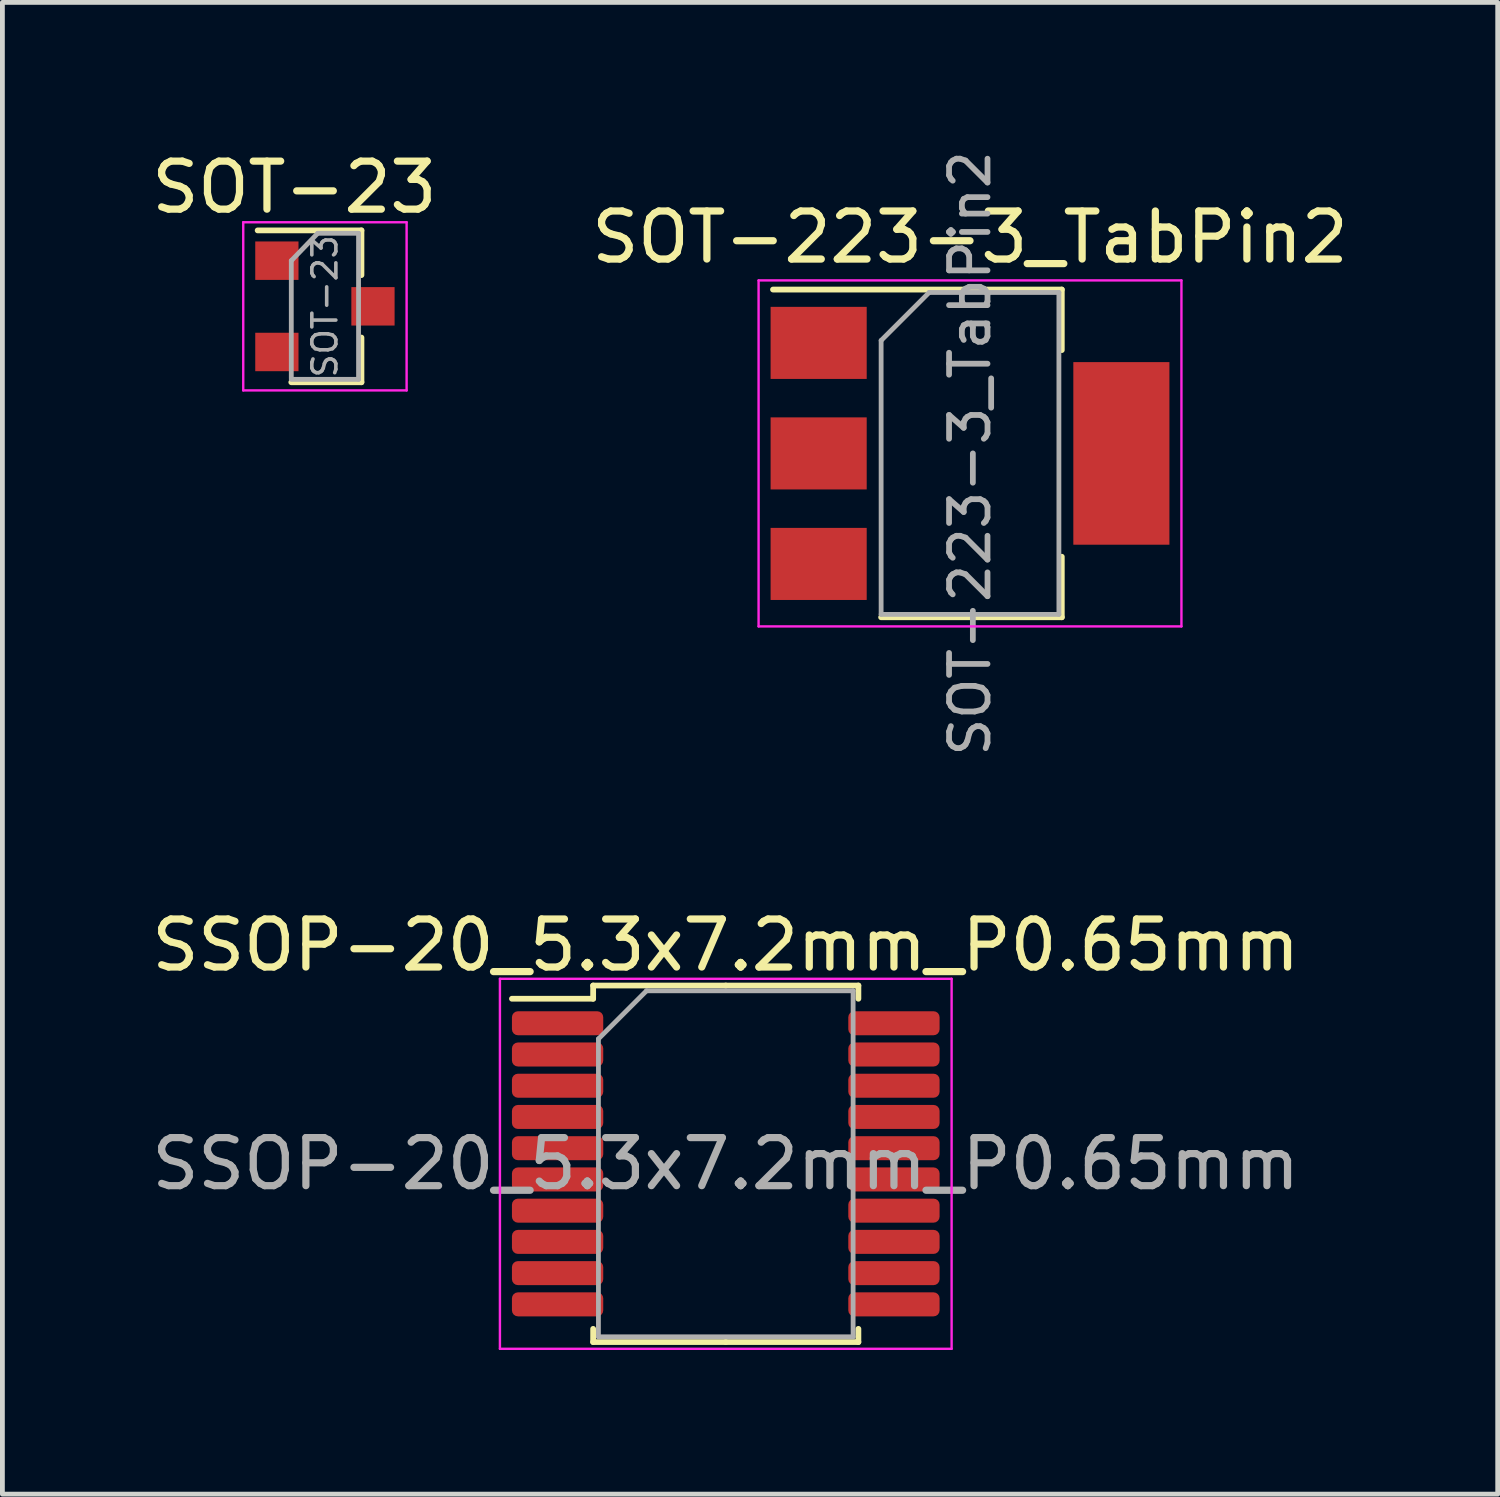
<source format=kicad_pcb>
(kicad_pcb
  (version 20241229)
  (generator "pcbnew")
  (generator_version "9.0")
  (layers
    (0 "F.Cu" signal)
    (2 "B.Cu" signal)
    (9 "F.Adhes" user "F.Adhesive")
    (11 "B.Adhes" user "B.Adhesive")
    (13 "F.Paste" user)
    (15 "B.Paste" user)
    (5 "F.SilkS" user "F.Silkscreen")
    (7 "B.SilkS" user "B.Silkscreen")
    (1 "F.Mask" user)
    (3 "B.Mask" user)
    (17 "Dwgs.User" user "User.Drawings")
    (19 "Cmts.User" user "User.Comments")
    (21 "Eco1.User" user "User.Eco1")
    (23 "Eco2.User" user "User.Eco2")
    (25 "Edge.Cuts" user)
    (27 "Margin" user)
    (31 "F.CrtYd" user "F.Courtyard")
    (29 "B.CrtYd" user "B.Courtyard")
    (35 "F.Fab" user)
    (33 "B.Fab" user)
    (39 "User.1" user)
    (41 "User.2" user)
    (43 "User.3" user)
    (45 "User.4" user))
  (footprint "SOT-223-3_TabPin2"
    (layer "F.Cu")
    (at 17.137 6.386)
    (property "Reference" "SOT-223-3_TabPin2" (at 0 -4.5 180) (layer "F.SilkS") (effects (font (size 1 1) (thickness 0.15))))
    (attr smd)
    (fp_line (start -4.1 -3.41) (end 1.91 -3.41) (stroke (width 0.12) (type solid)) (layer "F.SilkS"))
    (fp_line (start -1.85 3.41) (end 1.91 3.41) (stroke (width 0.12) (type solid)) (layer "F.SilkS"))
    (fp_line (start 1.91 -3.41) (end 1.91 -2.15) (stroke (width 0.12) (type solid)) (layer "F.SilkS"))
    (fp_line (start 1.91 3.41) (end 1.91 2.15) (stroke (width 0.12) (type solid)) (layer "F.SilkS"))
    (fp_line (start -4.4 -3.6) (end -4.4 3.6) (stroke (width 0.05) (type solid)) (layer "F.CrtYd"))
    (fp_line (start -4.4 3.6) (end 4.4 3.6) (stroke (width 0.05) (type solid)) (layer "F.CrtYd"))
    (fp_line (start 4.4 -3.6) (end -4.4 -3.6) (stroke (width 0.05) (type solid)) (layer "F.CrtYd"))
    (fp_line (start 4.4 3.6) (end 4.4 -3.6) (stroke (width 0.05) (type solid)) (layer "F.CrtYd"))
    (fp_line (start -1.85 -2.35) (end -1.85 3.35) (stroke (width 0.1) (type solid)) (layer "F.Fab"))
    (fp_line (start -1.85 -2.35) (end -0.85 -3.35) (stroke (width 0.1) (type solid)) (layer "F.Fab"))
    (fp_line (start -1.85 3.35) (end 1.85 3.35) (stroke (width 0.1) (type solid)) (layer "F.Fab"))
    (fp_line (start -0.85 -3.35) (end 1.85 -3.35) (stroke (width 0.1) (type solid)) (layer "F.Fab"))
    (fp_line (start 1.85 -3.35) (end 1.85 3.35) (stroke (width 0.1) (type solid)) (layer "F.Fab"))
    (fp_text user "${REFERENCE}" (at 0 0 270) (layer "F.Fab") (effects (font (size 0.8 0.8) (thickness 0.12))))
    (pad "1" smd rect (at -3.15 -2.3) (size 2 1.5) (layers "F.Cu" "F.Mask" "F.Paste"))
    (pad "2" smd rect (at -3.15 0) (size 2 1.5) (layers "F.Cu" "F.Mask" "F.Paste"))
    (pad "2" smd rect (at 3.15 0) (size 2 3.8) (layers "F.Cu" "F.Mask" "F.Paste"))
    (pad "3" smd rect (at -3.15 2.3) (size 2 1.5) (layers "F.Cu" "F.Mask" "F.Paste")))
  (footprint "SSOP-20_5.3x7.2mm_P0.65mm"
    (layer "F.Cu")
    (at 12.054 21.17)
    (property "Reference" "SSOP-20_5.3x7.2mm_P0.65mm" (at 0 -4.55 0) (layer "F.SilkS") (effects (font (size 1 1) (thickness 0.15))))
    (attr smd)
    (fp_line (start -2.76 -3.71) (end -2.76 -3.435) (stroke (width 0.12) (type solid)) (layer "F.SilkS"))
    (fp_line (start -2.76 -3.435) (end -4.45 -3.435) (stroke (width 0.12) (type solid)) (layer "F.SilkS"))
    (fp_line (start -2.76 3.71) (end -2.76 3.435) (stroke (width 0.12) (type solid)) (layer "F.SilkS"))
    (fp_line (start 0 -3.71) (end -2.76 -3.71) (stroke (width 0.12) (type solid)) (layer "F.SilkS"))
    (fp_line (start 0 -3.71) (end 2.76 -3.71) (stroke (width 0.12) (type solid)) (layer "F.SilkS"))
    (fp_line (start 0 3.71) (end -2.76 3.71) (stroke (width 0.12) (type solid)) (layer "F.SilkS"))
    (fp_line (start 0 3.71) (end 2.76 3.71) (stroke (width 0.12) (type solid)) (layer "F.SilkS"))
    (fp_line (start 2.76 -3.71) (end 2.76 -3.435) (stroke (width 0.12) (type solid)) (layer "F.SilkS"))
    (fp_line (start 2.76 3.71) (end 2.76 3.435) (stroke (width 0.12) (type solid)) (layer "F.SilkS"))
    (fp_line (start -4.7 -3.85) (end -4.7 3.85) (stroke (width 0.05) (type solid)) (layer "F.CrtYd"))
    (fp_line (start -4.7 3.85) (end 4.7 3.85) (stroke (width 0.05) (type solid)) (layer "F.CrtYd"))
    (fp_line (start 4.7 -3.85) (end -4.7 -3.85) (stroke (width 0.05) (type solid)) (layer "F.CrtYd"))
    (fp_line (start 4.7 3.85) (end 4.7 -3.85) (stroke (width 0.05) (type solid)) (layer "F.CrtYd"))
    (fp_line (start -2.65 -2.6) (end -1.65 -3.6) (stroke (width 0.1) (type solid)) (layer "F.Fab"))
    (fp_line (start -2.65 3.6) (end -2.65 -2.6) (stroke (width 0.1) (type solid)) (layer "F.Fab"))
    (fp_line (start -1.65 -3.6) (end 2.65 -3.6) (stroke (width 0.1) (type solid)) (layer "F.Fab"))
    (fp_line (start 2.65 -3.6) (end 2.65 3.6) (stroke (width 0.1) (type solid)) (layer "F.Fab"))
    (fp_line (start 2.65 3.6) (end -2.65 3.6) (stroke (width 0.1) (type solid)) (layer "F.Fab"))
    (fp_text user "${REFERENCE}" (at 0 0 0) (layer "F.Fab") (effects (font (size 1 1) (thickness 0.15))))
    (pad "1" smd roundrect (at -3.5 -2.925) (size 1.9 0.5) (layers "F.Cu" "F.Mask" "F.Paste") (roundrect_rratio 0.25))
    (pad "2" smd roundrect (at -3.5 -2.275) (size 1.9 0.5) (layers "F.Cu" "F.Mask" "F.Paste") (roundrect_rratio 0.25))
    (pad "3" smd roundrect (at -3.5 -1.625) (size 1.9 0.5) (layers "F.Cu" "F.Mask" "F.Paste") (roundrect_rratio 0.25))
    (pad "4" smd roundrect (at -3.5 -0.975) (size 1.9 0.5) (layers "F.Cu" "F.Mask" "F.Paste") (roundrect_rratio 0.25))
    (pad "5" smd roundrect (at -3.5 -0.325) (size 1.9 0.5) (layers "F.Cu" "F.Mask" "F.Paste") (roundrect_rratio 0.25))
    (pad "6" smd roundrect (at -3.5 0.325) (size 1.9 0.5) (layers "F.Cu" "F.Mask" "F.Paste") (roundrect_rratio 0.25))
    (pad "7" smd roundrect (at -3.5 0.975) (size 1.9 0.5) (layers "F.Cu" "F.Mask" "F.Paste") (roundrect_rratio 0.25))
    (pad "8" smd roundrect (at -3.5 1.625) (size 1.9 0.5) (layers "F.Cu" "F.Mask" "F.Paste") (roundrect_rratio 0.25))
    (pad "9" smd roundrect (at -3.5 2.275) (size 1.9 0.5) (layers "F.Cu" "F.Mask" "F.Paste") (roundrect_rratio 0.25))
    (pad "10" smd roundrect (at -3.5 2.925) (size 1.9 0.5) (layers "F.Cu" "F.Mask" "F.Paste") (roundrect_rratio 0.25))
    (pad "11" smd roundrect (at 3.5 2.925) (size 1.9 0.5) (layers "F.Cu" "F.Mask" "F.Paste") (roundrect_rratio 0.25))
    (pad "12" smd roundrect (at 3.5 2.275) (size 1.9 0.5) (layers "F.Cu" "F.Mask" "F.Paste") (roundrect_rratio 0.25))
    (pad "13" smd roundrect (at 3.5 1.625) (size 1.9 0.5) (layers "F.Cu" "F.Mask" "F.Paste") (roundrect_rratio 0.25))
    (pad "14" smd roundrect (at 3.5 0.975) (size 1.9 0.5) (layers "F.Cu" "F.Mask" "F.Paste") (roundrect_rratio 0.25))
    (pad "15" smd roundrect (at 3.5 0.325) (size 1.9 0.5) (layers "F.Cu" "F.Mask" "F.Paste") (roundrect_rratio 0.25))
    (pad "16" smd roundrect (at 3.5 -0.325) (size 1.9 0.5) (layers "F.Cu" "F.Mask" "F.Paste") (roundrect_rratio 0.25))
    (pad "17" smd roundrect (at 3.5 -0.975) (size 1.9 0.5) (layers "F.Cu" "F.Mask" "F.Paste") (roundrect_rratio 0.25))
    (pad "18" smd roundrect (at 3.5 -1.625) (size 1.9 0.5) (layers "F.Cu" "F.Mask" "F.Paste") (roundrect_rratio 0.25))
    (pad "19" smd roundrect (at 3.5 -2.275) (size 1.9 0.5) (layers "F.Cu" "F.Mask" "F.Paste") (roundrect_rratio 0.25))
    (pad "20" smd roundrect (at 3.5 -2.925) (size 1.9 0.5) (layers "F.Cu" "F.Mask" "F.Paste") (roundrect_rratio 0.25)))
  (footprint "SOT-23"
    (layer "F.Cu")
    (at 3.712 3.325)
    (property "Reference" "SOT-23" (at -0.635 -2.477 0) (layer "F.SilkS") (effects (font (size 1 1) (thickness 0.15))))
    (attr smd)
    (fp_line (start 0.76 -1.58) (end -1.4 -1.58) (stroke (width 0.12) (type solid)) (layer "F.SilkS"))
    (fp_line (start 0.76 -1.58) (end 0.76 -0.65) (stroke (width 0.12) (type solid)) (layer "F.SilkS"))
    (fp_line (start 0.76 1.58) (end -0.7 1.58) (stroke (width 0.12) (type solid)) (layer "F.SilkS"))
    (fp_line (start 0.76 1.58) (end 0.76 0.65) (stroke (width 0.12) (type solid)) (layer "F.SilkS"))
    (fp_line (start -1.7 -1.75) (end 1.7 -1.75) (stroke (width 0.05) (type solid)) (layer "F.CrtYd"))
    (fp_line (start -1.7 1.75) (end -1.7 -1.75) (stroke (width 0.05) (type solid)) (layer "F.CrtYd"))
    (fp_line (start 1.7 -1.75) (end 1.7 1.75) (stroke (width 0.05) (type solid)) (layer "F.CrtYd"))
    (fp_line (start 1.7 1.75) (end -1.7 1.75) (stroke (width 0.05) (type solid)) (layer "F.CrtYd"))
    (fp_line (start -0.7 -0.95) (end -0.7 1.5) (stroke (width 0.1) (type solid)) (layer "F.Fab"))
    (fp_line (start -0.7 -0.95) (end -0.15 -1.52) (stroke (width 0.1) (type solid)) (layer "F.Fab"))
    (fp_line (start -0.7 1.52) (end 0.7 1.52) (stroke (width 0.1) (type solid)) (layer "F.Fab"))
    (fp_line (start -0.15 -1.52) (end 0.7 -1.52) (stroke (width 0.1) (type solid)) (layer "F.Fab"))
    (fp_line (start 0.7 -1.52) (end 0.7 1.52) (stroke (width 0.1) (type solid)) (layer "F.Fab"))
    (fp_text user "${REFERENCE}" (at 0 0 90) (layer "F.Fab") (effects (font (size 0.5 0.5) (thickness 0.075))))
    (pad "1" smd rect (at -1 -0.95) (size 0.9 0.8) (layers "F.Cu" "F.Mask" "F.Paste"))
    (pad "2" smd rect (at -1 0.95) (size 0.9 0.8) (layers "F.Cu" "F.Mask" "F.Paste"))
    (pad "3" smd rect (at 1 0) (size 0.9 0.8) (layers "F.Cu" "F.Mask" "F.Paste")))
  (gr_rect
    (start -3 -3)
    (end 28.119 28.045)
    (stroke (width 0.1) (type default))
    (fill no)
    (layer "Edge.Cuts")))
</source>
